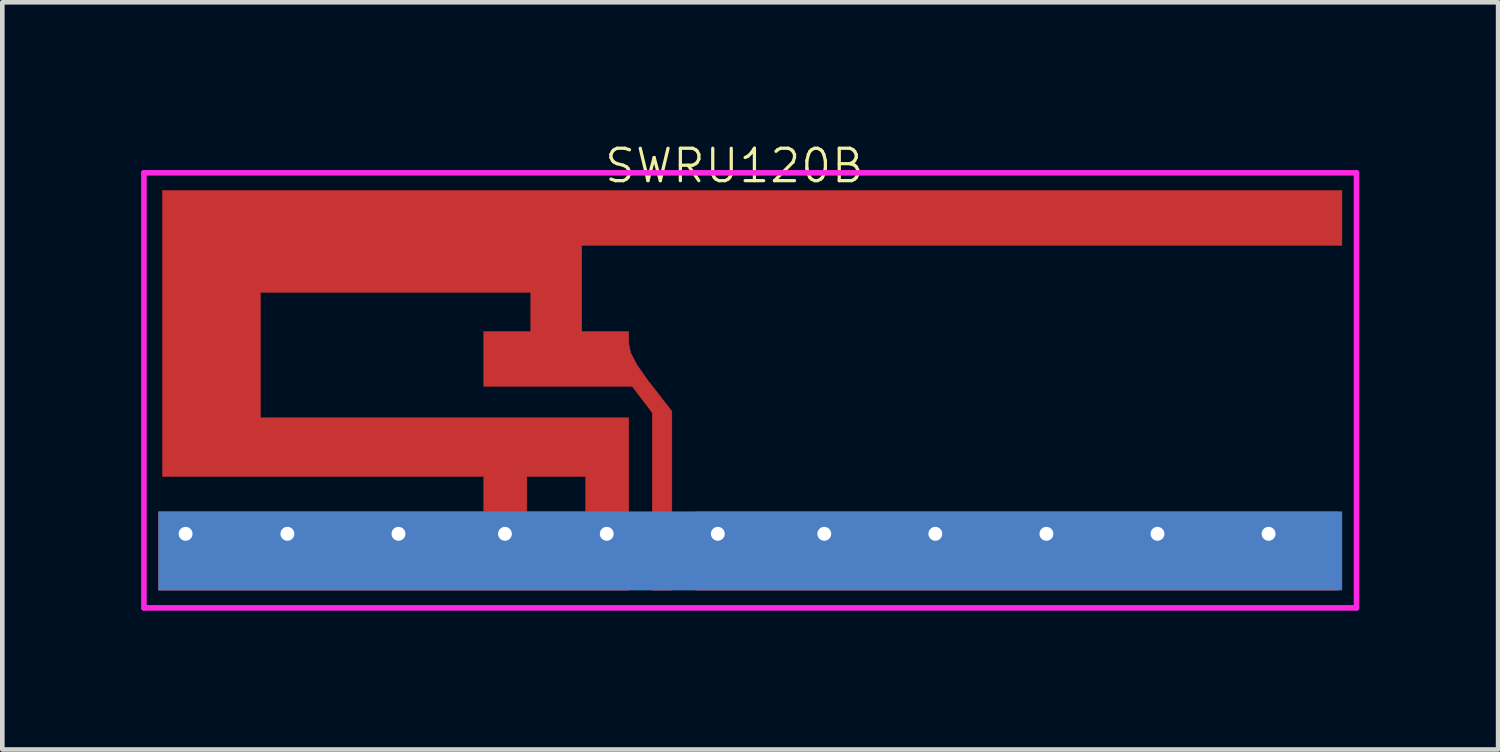
<source format=kicad_pcb>
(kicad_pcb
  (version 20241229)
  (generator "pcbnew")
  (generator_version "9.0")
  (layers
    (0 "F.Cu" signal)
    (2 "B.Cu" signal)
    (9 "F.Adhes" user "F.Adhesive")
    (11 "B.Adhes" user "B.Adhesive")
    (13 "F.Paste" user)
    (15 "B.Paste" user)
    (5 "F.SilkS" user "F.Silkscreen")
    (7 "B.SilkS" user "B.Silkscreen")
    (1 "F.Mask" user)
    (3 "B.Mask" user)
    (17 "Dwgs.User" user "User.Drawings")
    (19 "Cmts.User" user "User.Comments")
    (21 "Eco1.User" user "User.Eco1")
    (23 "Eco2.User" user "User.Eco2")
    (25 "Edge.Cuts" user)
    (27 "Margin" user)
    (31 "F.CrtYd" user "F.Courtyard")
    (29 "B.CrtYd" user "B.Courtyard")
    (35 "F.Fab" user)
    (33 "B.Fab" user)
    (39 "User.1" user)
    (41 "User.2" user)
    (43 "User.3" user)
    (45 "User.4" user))
  (footprint "SWRU120B"
    (layer "F.Cu")
    (at 13.16 5.384)
    (property "Reference" "SWRU120B" (at -0.343 -4.851 0) (layer "F.SilkS") (effects (font (size 0.7 0.7) (thickness 0.07))))
    (attr through_hole)
    (fp_poly (pts (xy 12.7 4.318) (xy -1.185 4.318) (xy -1.185 2.625) (xy 12.7 2.625) (xy 12.7 4.318)) (stroke (width 0.01) (type solid)) (fill yes) (layer "F.Cu"))
    (fp_poly (pts (xy 12.785 -3.133) (xy -3.641 -3.133) (xy -3.641 -1.27) (xy -2.625 -1.27) (xy -2.625 -1.008) (xy -2.582 -0.808) (xy -2.447 -0.548) (xy -2.203 -0.203) (xy -2.159 -0.147) (xy -1.693 0.452) (xy -1.693 4.318) (xy -2.117 4.318) (xy -2.117 2.4) (xy -2.117 0.482) (xy -2.333 0.198) (xy -2.549 -0.085) (xy -5.757 -0.085) (xy -5.757 -1.27) (xy -4.741 -1.27) (xy -4.741 -2.117) (xy -10.583 -2.117) (xy -10.583 0.593) (xy -2.625 0.593) (xy -2.625 4.318) (xy -12.785 4.318) (xy -12.785 2.625) (xy -5.757 2.625) (xy -5.757 1.863) (xy -4.826 1.863) (xy -4.826 2.625) (xy -3.556 2.625) (xy -3.556 1.863) (xy -4.826 1.863) (xy -5.757 1.863) (xy -12.7 1.863) (xy -12.7 -4.318) (xy 12.785 -4.318) (xy 12.785 -3.133)) (stroke (width 0.01) (type solid)) (fill yes) (layer "F.Cu"))
    (fp_poly (pts (xy 12.785 4.316) (xy -12.785 4.316) (xy -12.785 2.623) (xy 12.785 2.623) (xy 12.785 4.316)) (stroke (width 0.01) (type solid)) (fill yes) (layer "B.Cu"))
    (fp_line (start -13.1 -4.7) (end -13.1 4.7) (stroke (width 0.12) (type solid)) (layer "F.CrtYd"))
    (fp_line (start -13.1 4.7) (end 13.1 4.7) (stroke (width 0.12) (type solid)) (layer "F.CrtYd"))
    (fp_line (start 13.1 -4.7) (end -13.1 -4.7) (stroke (width 0.12) (type solid)) (layer "F.CrtYd"))
    (fp_line (start 13.1 4.7) (end 13.1 -4.7) (stroke (width 0.12) (type solid)) (layer "F.CrtYd"))
    (pad "" thru_hole circle (at -12.2 3.1) (size 0.5 0.5) (drill 0.3) (layers "*.Cu" "*.Mask"))
    (pad "" thru_hole circle (at -10 3.1) (size 0.5 0.5) (drill 0.3) (layers "*.Cu" "*.Mask"))
    (pad "" thru_hole circle (at -7.6 3.1) (size 0.5 0.5) (drill 0.3) (layers "*.Cu" "*.Mask"))
    (pad "" thru_hole circle (at -5.3 3.1) (size 0.5 0.5) (drill 0.3) (layers "*.Cu" "*.Mask"))
    (pad "" thru_hole circle (at -0.7 3.1) (size 0.5 0.5) (drill 0.3) (layers "*.Cu" "*.Mask"))
    (pad "" thru_hole circle (at 1.6 3.1) (size 0.5 0.5) (drill 0.3) (layers "*.Cu" "*.Mask"))
    (pad "" thru_hole circle (at 4 3.1) (size 0.5 0.5) (drill 0.3) (layers "*.Cu" "*.Mask"))
    (pad "" thru_hole circle (at 6.4 3.1) (size 0.5 0.5) (drill 0.3) (layers "*.Cu" "*.Mask"))
    (pad "" thru_hole circle (at 8.8 3.1) (size 0.5 0.5) (drill 0.3) (layers "*.Cu" "*.Mask"))
    (pad "" thru_hole circle (at 11.2 3.1) (size 0.5 0.5) (drill 0.3) (layers "*.Cu" "*.Mask"))
    (pad "1" smd circle (at -1.9 4.1) (size 0.4 0.4) (layers "F.Cu" "F.Paste"))
    (pad "2" thru_hole circle (at -3.1 3.1) (size 0.5 0.5) (drill 0.3) (layers "*.Cu" "*.Mask")))
  (gr_rect
    (start -3 -3)
    (end 29.32 13.144)
    (stroke (width 0.1) (type default))
    (fill no)
    (layer "Edge.Cuts")))
</source>
